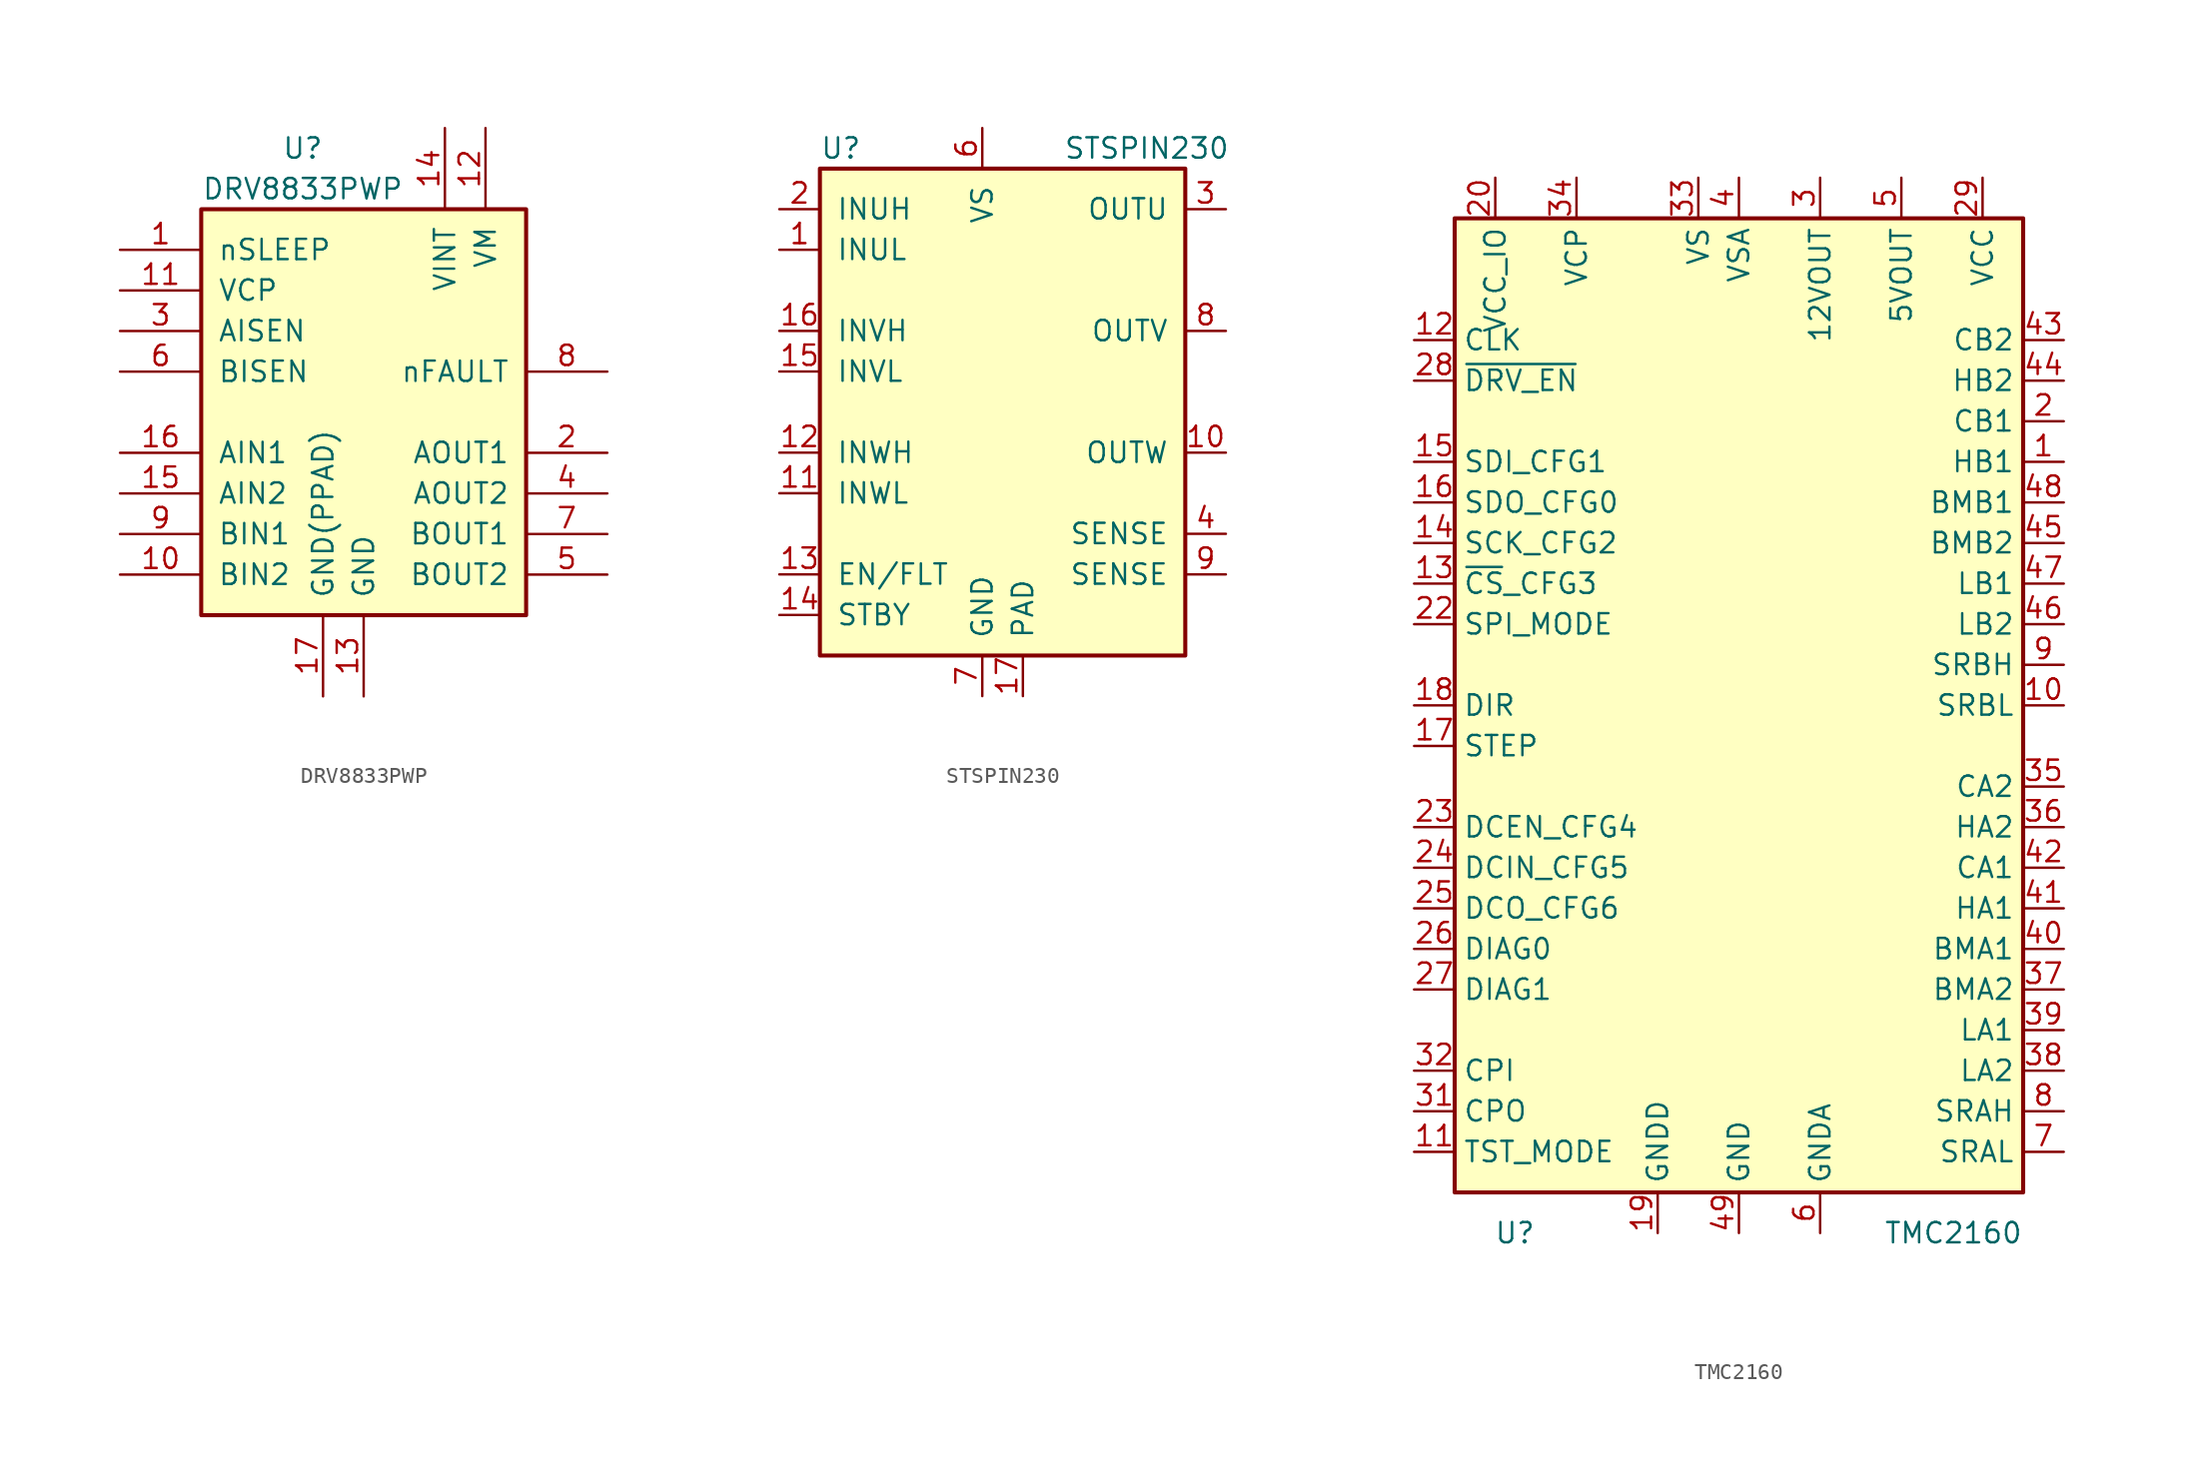
<source format=kicad_sym>
(kicad_symbol_lib
  (version 20211014)
  (generator kicad_symbol_editor)
  (symbol "DRV8833PWP"
    (pin_names
      (offset 1.016))
    (property "Reference" "U"
      (at -3.81 16.51 0)
      (effects (font (size 1.27 1.27))))
    (property "Value" "DRV8833PWP"
      (at -3.81 13.97 0)
      (effects (font (size 1.27 1.27))))
    (symbol "DRV8833PWP_0_1"
      (rectangle (start -10.16 12.7) (end 10.16 -12.7) (stroke (width 0.254) (type default) (color 0 0 0 0)) (fill (type background))))
    (symbol "DRV8833PWP_1_1"
      (pin input line (at -15.24 10.16 0) (length 5.08) (name "nSLEEP" (effects (font (size 1.27 1.27)))) (number "1" (effects (font (size 1.27 1.27)))))
      (pin input line (at -15.24 -10.16 0) (length 5.08) (name "BIN2" (effects (font (size 1.27 1.27)))) (number "10" (effects (font (size 1.27 1.27)))))
      (pin bidirectional line (at -15.24 7.62 0) (length 5.08) (name "VCP" (effects (font (size 1.27 1.27)))) (number "11" (effects (font (size 1.27 1.27)))))
      (pin power_in line (at 7.62 17.78 270) (length 5.08) (name "VM" (effects (font (size 1.27 1.27)))) (number "12" (effects (font (size 1.27 1.27)))))
      (pin power_in line (at 0 -17.78 90) (length 5.08) (name "GND" (effects (font (size 1.27 1.27)))) (number "13" (effects (font (size 1.27 1.27)))))
      (pin power_in line (at 5.08 17.78 270) (length 5.08) (name "VINT" (effects (font (size 1.27 1.27)))) (number "14" (effects (font (size 1.27 1.27)))))
      (pin input line (at -15.24 -5.08 0) (length 5.08) (name "AIN2" (effects (font (size 1.27 1.27)))) (number "15" (effects (font (size 1.27 1.27)))))
      (pin input line (at -15.24 -2.54 0) (length 5.08) (name "AIN1" (effects (font (size 1.27 1.27)))) (number "16" (effects (font (size 1.27 1.27)))))
      (pin power_in line (at -2.54 -17.78 90) (length 5.08) (name "GND(PPAD)" (effects (font (size 1.27 1.27)))) (number "17" (effects (font (size 1.27 1.27)))))
      (pin power_out line (at 15.24 -2.54 180) (length 5.08) (name "AOUT1" (effects (font (size 1.27 1.27)))) (number "2" (effects (font (size 1.27 1.27)))))
      (pin bidirectional line (at -15.24 5.08 0) (length 5.08) (name "AISEN" (effects (font (size 1.27 1.27)))) (number "3" (effects (font (size 1.27 1.27)))))
      (pin power_out line (at 15.24 -5.08 180) (length 5.08) (name "AOUT2" (effects (font (size 1.27 1.27)))) (number "4" (effects (font (size 1.27 1.27)))))
      (pin power_out line (at 15.24 -10.16 180) (length 5.08) (name "BOUT2" (effects (font (size 1.27 1.27)))) (number "5" (effects (font (size 1.27 1.27)))))
      (pin bidirectional line (at -15.24 2.54 0) (length 5.08) (name "BISEN" (effects (font (size 1.27 1.27)))) (number "6" (effects (font (size 1.27 1.27)))))
      (pin power_out line (at 15.24 -7.62 180) (length 5.08) (name "BOUT1" (effects (font (size 1.27 1.27)))) (number "7" (effects (font (size 1.27 1.27)))))
      (pin open_collector line (at 15.24 2.54 180) (length 5.08) (name "nFAULT" (effects (font (size 1.27 1.27)))) (number "8" (effects (font (size 1.27 1.27)))))
      (pin input line (at -15.24 -7.62 0) (length 5.08) (name "BIN1" (effects (font (size 1.27 1.27)))) (number "9" (effects (font (size 1.27 1.27)))))))
  (symbol "STSPIN230"
    (pin_names
      (offset 1.016))
    (property "Reference" "U"
      (at -10.16 16.51 0)
      (effects (font (size 1.27 1.27)) (justify left)))
    (property "Value" "STSPIN230"
      (at 5.08 16.51 0)
      (effects (font (size 1.27 1.27)) (justify left)))
    (symbol "STSPIN230_0_1"
      (rectangle (start -10.16 15.24) (end 12.7 -15.24) (stroke (width 0.254) (type default) (color 0 0 0 0)) (fill (type background))))
    (symbol "STSPIN230_1_1"
      (pin input line (at -12.7 10.16 0) (length 2.54) (name "INUL" (effects (font (size 1.27 1.27)))) (number "1" (effects (font (size 1.27 1.27)))))
      (pin power_out line (at 15.24 -2.54 180) (length 2.54) (name "OUTW" (effects (font (size 1.27 1.27)))) (number "10" (effects (font (size 1.27 1.27)))))
      (pin input line (at -12.7 -5.08 0) (length 2.54) (name "INWL" (effects (font (size 1.27 1.27)))) (number "11" (effects (font (size 1.27 1.27)))))
      (pin input line (at -12.7 -2.54 0) (length 2.54) (name "INWH" (effects (font (size 1.27 1.27)))) (number "12" (effects (font (size 1.27 1.27)))))
      (pin bidirectional line (at -12.7 -10.16 0) (length 2.54) (name "EN/FLT" (effects (font (size 1.27 1.27)))) (number "13" (effects (font (size 1.27 1.27)))))
      (pin input line (at -12.7 -12.7 0) (length 2.54) (name "STBY" (effects (font (size 1.27 1.27)))) (number "14" (effects (font (size 1.27 1.27)))))
      (pin input line (at -12.7 2.54 0) (length 2.54) (name "INVL" (effects (font (size 1.27 1.27)))) (number "15" (effects (font (size 1.27 1.27)))))
      (pin input line (at -12.7 5.08 0) (length 2.54) (name "INVH" (effects (font (size 1.27 1.27)))) (number "16" (effects (font (size 1.27 1.27)))))
      (pin power_in line (at 2.54 -17.78 90) (length 2.54) (name "PAD" (effects (font (size 1.27 1.27)))) (number "17" (effects (font (size 1.27 1.27)))))
      (pin input line (at -12.7 12.7 0) (length 2.54) (name "INUH" (effects (font (size 1.27 1.27)))) (number "2" (effects (font (size 1.27 1.27)))))
      (pin power_out line (at 15.24 12.7 180) (length 2.54) (name "OUTU" (effects (font (size 1.27 1.27)))) (number "3" (effects (font (size 1.27 1.27)))))
      (pin input line (at 15.24 -7.62 180) (length 2.54) (name "SENSE" (effects (font (size 1.27 1.27)))) (number "4" (effects (font (size 1.27 1.27)))))
      (pin no_connect line (at 5.08 -17.78 90) (length 2.54) hide (name "NC" (effects (font (size 1.27 1.27)))) (number "5" (effects (font (size 1.27 1.27)))))
      (pin power_in line (at 0 17.78 270) (length 2.54) (name "VS" (effects (font (size 1.27 1.27)))) (number "6" (effects (font (size 1.27 1.27)))))
      (pin power_in line (at 0 -17.78 90) (length 2.54) (name "GND" (effects (font (size 1.27 1.27)))) (number "7" (effects (font (size 1.27 1.27)))))
      (pin power_out line (at 15.24 5.08 180) (length 2.54) (name "OUTV" (effects (font (size 1.27 1.27)))) (number "8" (effects (font (size 1.27 1.27)))))
      (pin input line (at 15.24 -10.16 180) (length 2.54) (name "SENSE" (effects (font (size 1.27 1.27)))) (number "9" (effects (font (size 1.27 1.27)))))))
  (symbol "TMC2160"
    (property "Reference" "U"
      (at -12.7 -33.02 0)
      (effects (font (size 1.27 1.27)) (justify right)))
    (property "Value" "TMC2160"
      (at 17.78 -33.02 0)
      (effects (font (size 1.27 1.27)) (justify right)))
    (symbol "TMC2160_1_1"
      (rectangle (start -17.78 30.48) (end 17.78 -30.48) (stroke (width 0.254) (type default) (color 0 0 0 0)) (fill (type background)))
      (pin output line (at 20.32 15.24 180) (length 2.54) (name "HB1" (effects (font (size 1.27 1.27)))) (number "1" (effects (font (size 1.27 1.27)))))
      (pin input line (at 20.32 0 180) (length 2.54) (name "SRBL" (effects (font (size 1.27 1.27)))) (number "10" (effects (font (size 1.27 1.27)))))
      (pin input line (at -20.32 -27.94 0) (length 2.54) (name "TST_MODE" (effects (font (size 1.27 1.27)))) (number "11" (effects (font (size 1.27 1.27)))))
      (pin input line (at -20.32 22.86 0) (length 2.54) (name "CLK" (effects (font (size 1.27 1.27)))) (number "12" (effects (font (size 1.27 1.27)))))
      (pin input line (at -20.32 7.62 0) (length 2.54) (name "~{CS}_CFG3" (effects (font (size 1.27 1.27)))) (number "13" (effects (font (size 1.27 1.27)))))
      (pin input line (at -20.32 10.16 0) (length 2.54) (name "SCK_CFG2" (effects (font (size 1.27 1.27)))) (number "14" (effects (font (size 1.27 1.27)))))
      (pin input line (at -20.32 15.24 0) (length 2.54) (name "SDI_CFG1" (effects (font (size 1.27 1.27)))) (number "15" (effects (font (size 1.27 1.27)))))
      (pin passive line (at -20.32 12.7 0) (length 2.54) (name "SDO_CFG0" (effects (font (size 1.27 1.27)))) (number "16" (effects (font (size 1.27 1.27)))))
      (pin input line (at -20.32 -2.54 0) (length 2.54) (name "STEP" (effects (font (size 1.27 1.27)))) (number "17" (effects (font (size 1.27 1.27)))))
      (pin input line (at -20.32 0 0) (length 2.54) (name "DIR" (effects (font (size 1.27 1.27)))) (number "18" (effects (font (size 1.27 1.27)))))
      (pin power_in line (at -5.08 -33.02 90) (length 2.54) (name "GNDD" (effects (font (size 1.27 1.27)))) (number "19" (effects (font (size 1.27 1.27)))))
      (pin output line (at 20.32 17.78 180) (length 2.54) (name "CB1" (effects (font (size 1.27 1.27)))) (number "2" (effects (font (size 1.27 1.27)))))
      (pin power_in line (at -15.24 33.02 270) (length 2.54) (name "VCC_IO" (effects (font (size 1.27 1.27)))) (number "20" (effects (font (size 1.27 1.27)))))
      (pin passive line (at -15.24 33.02 270) (length 2.54) hide (name "VCC_IO" (effects (font (size 1.27 1.27)))) (number "21" (effects (font (size 1.27 1.27)))))
      (pin input line (at -20.32 5.08 0) (length 2.54) (name "SPI_MODE" (effects (font (size 1.27 1.27)))) (number "22" (effects (font (size 1.27 1.27)))))
      (pin input line (at -20.32 -7.62 0) (length 2.54) (name "DCEN_CFG4" (effects (font (size 1.27 1.27)))) (number "23" (effects (font (size 1.27 1.27)))))
      (pin input line (at -20.32 -10.16 0) (length 2.54) (name "DCIN_CFG5" (effects (font (size 1.27 1.27)))) (number "24" (effects (font (size 1.27 1.27)))))
      (pin output line (at -20.32 -12.7 0) (length 2.54) (name "DCO_CFG6" (effects (font (size 1.27 1.27)))) (number "25" (effects (font (size 1.27 1.27)))))
      (pin output line (at -20.32 -15.24 0) (length 2.54) (name "DIAG0" (effects (font (size 1.27 1.27)))) (number "26" (effects (font (size 1.27 1.27)))))
      (pin output line (at -20.32 -17.78 0) (length 2.54) (name "DIAG1" (effects (font (size 1.27 1.27)))) (number "27" (effects (font (size 1.27 1.27)))))
      (pin input line (at -20.32 20.32 0) (length 2.54) (name "~{DRV_EN}" (effects (font (size 1.27 1.27)))) (number "28" (effects (font (size 1.27 1.27)))))
      (pin power_in line (at 15.24 33.02 270) (length 2.54) (name "VCC" (effects (font (size 1.27 1.27)))) (number "29" (effects (font (size 1.27 1.27)))))
      (pin power_in line (at 5.08 33.02 270) (length 2.54) (name "12VOUT" (effects (font (size 1.27 1.27)))) (number "3" (effects (font (size 1.27 1.27)))))
      (pin passive line (at -5.08 -33.02 90) (length 2.54) hide (name "GNDD" (effects (font (size 1.27 1.27)))) (number "30" (effects (font (size 1.27 1.27)))))
      (pin passive line (at -20.32 -25.4 0) (length 2.54) (name "CPO" (effects (font (size 1.27 1.27)))) (number "31" (effects (font (size 1.27 1.27)))))
      (pin passive line (at -20.32 -22.86 0) (length 2.54) (name "CPI" (effects (font (size 1.27 1.27)))) (number "32" (effects (font (size 1.27 1.27)))))
      (pin power_in line (at -2.54 33.02 270) (length 2.54) (name "VS" (effects (font (size 1.27 1.27)))) (number "33" (effects (font (size 1.27 1.27)))))
      (pin passive line (at -10.16 33.02 270) (length 2.54) (name "VCP" (effects (font (size 1.27 1.27)))) (number "34" (effects (font (size 1.27 1.27)))))
      (pin passive line (at 20.32 -5.08 180) (length 2.54) (name "CA2" (effects (font (size 1.27 1.27)))) (number "35" (effects (font (size 1.27 1.27)))))
      (pin output line (at 20.32 -7.62 180) (length 2.54) (name "HA2" (effects (font (size 1.27 1.27)))) (number "36" (effects (font (size 1.27 1.27)))))
      (pin passive line (at 20.32 -17.78 180) (length 2.54) (name "BMA2" (effects (font (size 1.27 1.27)))) (number "37" (effects (font (size 1.27 1.27)))))
      (pin output line (at 20.32 -22.86 180) (length 2.54) (name "LA2" (effects (font (size 1.27 1.27)))) (number "38" (effects (font (size 1.27 1.27)))))
      (pin output line (at 20.32 -20.32 180) (length 2.54) (name "LA1" (effects (font (size 1.27 1.27)))) (number "39" (effects (font (size 1.27 1.27)))))
      (pin power_in line (at 0 33.02 270) (length 2.54) (name "VSA" (effects (font (size 1.27 1.27)))) (number "4" (effects (font (size 1.27 1.27)))))
      (pin passive line (at 20.32 -15.24 180) (length 2.54) (name "BMA1" (effects (font (size 1.27 1.27)))) (number "40" (effects (font (size 1.27 1.27)))))
      (pin output line (at 20.32 -12.7 180) (length 2.54) (name "HA1" (effects (font (size 1.27 1.27)))) (number "41" (effects (font (size 1.27 1.27)))))
      (pin output line (at 20.32 -10.16 180) (length 2.54) (name "CA1" (effects (font (size 1.27 1.27)))) (number "42" (effects (font (size 1.27 1.27)))))
      (pin passive line (at 20.32 22.86 180) (length 2.54) (name "CB2" (effects (font (size 1.27 1.27)))) (number "43" (effects (font (size 1.27 1.27)))))
      (pin output line (at 20.32 20.32 180) (length 2.54) (name "HB2" (effects (font (size 1.27 1.27)))) (number "44" (effects (font (size 1.27 1.27)))))
      (pin passive line (at 20.32 10.16 180) (length 2.54) (name "BMB2" (effects (font (size 1.27 1.27)))) (number "45" (effects (font (size 1.27 1.27)))))
      (pin output line (at 20.32 5.08 180) (length 2.54) (name "LB2" (effects (font (size 1.27 1.27)))) (number "46" (effects (font (size 1.27 1.27)))))
      (pin output line (at 20.32 7.62 180) (length 2.54) (name "LB1" (effects (font (size 1.27 1.27)))) (number "47" (effects (font (size 1.27 1.27)))))
      (pin passive line (at 20.32 12.7 180) (length 2.54) (name "BMB1" (effects (font (size 1.27 1.27)))) (number "48" (effects (font (size 1.27 1.27)))))
      (pin power_in line (at 0 -33.02 90) (length 2.54) (name "GND" (effects (font (size 1.27 1.27)))) (number "49" (effects (font (size 1.27 1.27)))))
      (pin power_out line (at 10.16 33.02 270) (length 2.54) (name "5VOUT" (effects (font (size 1.27 1.27)))) (number "5" (effects (font (size 1.27 1.27)))))
      (pin power_in line (at 5.08 -33.02 90) (length 2.54) (name "GNDA" (effects (font (size 1.27 1.27)))) (number "6" (effects (font (size 1.27 1.27)))))
      (pin input line (at 20.32 -27.94 180) (length 2.54) (name "SRAL" (effects (font (size 1.27 1.27)))) (number "7" (effects (font (size 1.27 1.27)))))
      (pin input line (at 20.32 -25.4 180) (length 2.54) (name "SRAH" (effects (font (size 1.27 1.27)))) (number "8" (effects (font (size 1.27 1.27)))))
      (pin input line (at 20.32 2.54 180) (length 2.54) (name "SRBH" (effects (font (size 1.27 1.27)))) (number "9" (effects (font (size 1.27 1.27))))))))
</source>
